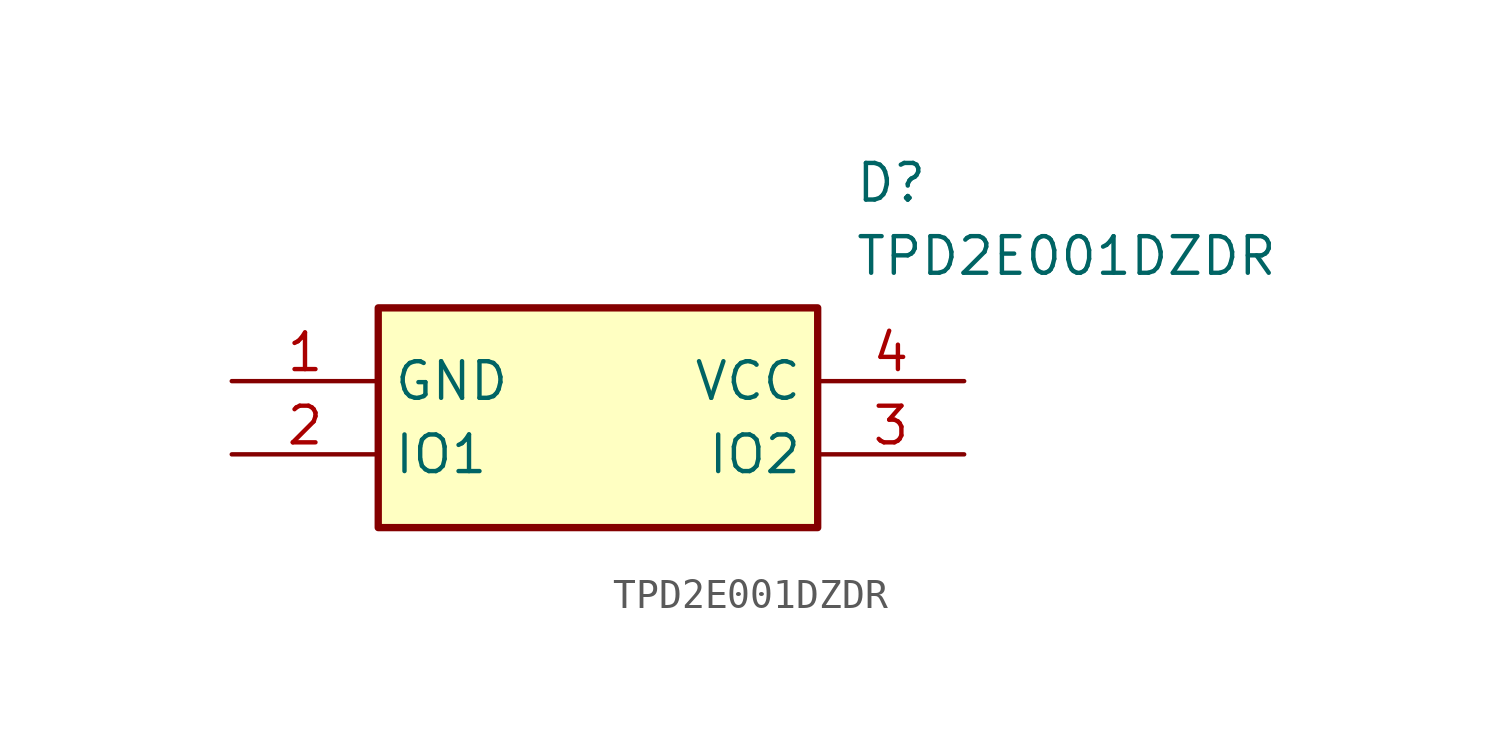
<source format=kicad_sym>
(kicad_symbol_lib
  (version 20211014)
  (generator SamacSys_ECAD_Model)
  (symbol "TPD2E001DZDR"
    (property "Reference" "D"
      (at 21.59 7.62 0)
      (effects (font (size 1.27 1.27)) (justify left top)))
    (property "Value" "TPD2E001DZDR"
      (at 21.59 5.08 0)
      (effects (font (size 1.27 1.27)) (justify left top)))
    (rectangle
      (start 5.08 2.54)
      (end 20.32 -5.08)
      (stroke (width 0.254) (type default))
      (fill (type background)))
    (pin passive line
      (at 0 0 0)
      (length 5.08)
      (name "GND" (effects (font (size 1.27 1.27))))
      (number "1" (effects (font (size 1.27 1.27)))))
    (pin passive line
      (at 0 -2.54 0)
      (length 5.08)
      (name "IO1" (effects (font (size 1.27 1.27))))
      (number "2" (effects (font (size 1.27 1.27)))))
    (pin passive line
      (at 25.4 -2.54 180)
      (length 5.08)
      (name "IO2" (effects (font (size 1.27 1.27))))
      (number "3" (effects (font (size 1.27 1.27)))))
    (pin passive line
      (at 25.4 0 180)
      (length 5.08)
      (name "VCC" (effects (font (size 1.27 1.27))))
      (number "4" (effects (font (size 1.27 1.27)))))))
</source>
